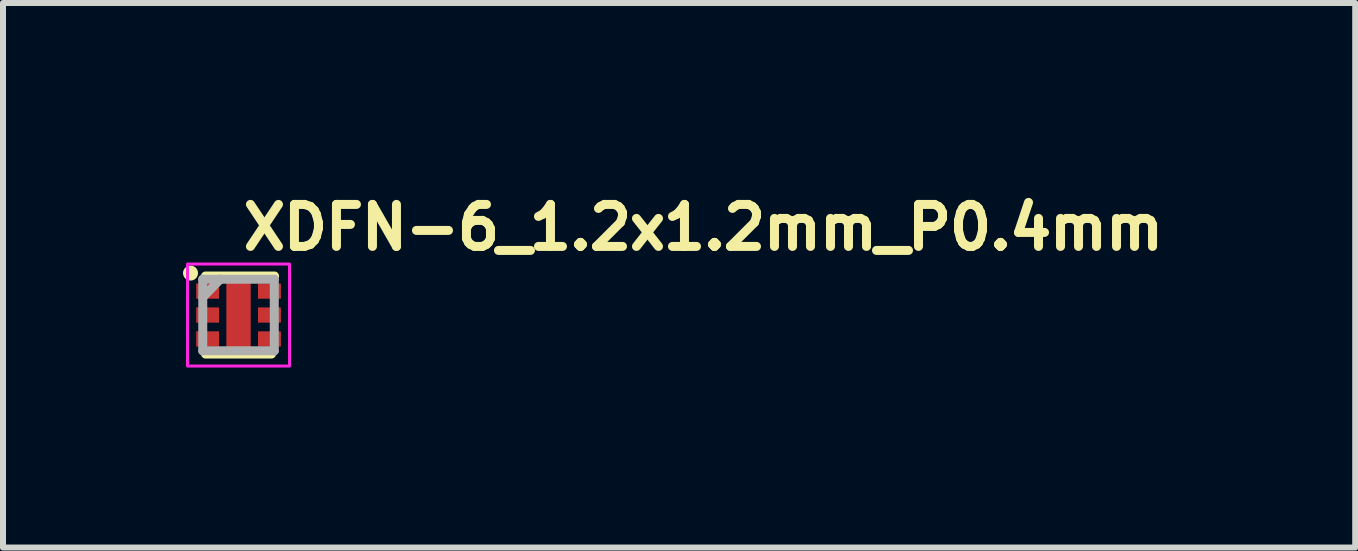
<source format=kicad_pcb>
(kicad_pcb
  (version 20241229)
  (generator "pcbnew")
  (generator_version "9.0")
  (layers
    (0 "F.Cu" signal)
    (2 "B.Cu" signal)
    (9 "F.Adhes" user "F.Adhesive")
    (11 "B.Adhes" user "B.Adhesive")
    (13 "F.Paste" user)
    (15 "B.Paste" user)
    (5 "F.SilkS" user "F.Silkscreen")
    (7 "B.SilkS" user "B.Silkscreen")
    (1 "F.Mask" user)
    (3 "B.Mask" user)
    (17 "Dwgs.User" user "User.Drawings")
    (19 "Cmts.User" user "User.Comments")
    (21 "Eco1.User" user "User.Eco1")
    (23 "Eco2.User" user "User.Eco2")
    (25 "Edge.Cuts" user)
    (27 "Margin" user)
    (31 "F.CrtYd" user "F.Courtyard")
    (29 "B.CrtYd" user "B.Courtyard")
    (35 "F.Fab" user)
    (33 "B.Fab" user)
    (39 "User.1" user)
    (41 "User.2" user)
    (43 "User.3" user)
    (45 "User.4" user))
  (footprint "XDFN-6_1.2x1.2mm_P0.4mm"
    (layer "F.Cu")
    (at 0.925 2.2)
    (property "Reference" "XDFN-6_1.2x1.2mm_P0.4mm" (at 0 -1.05 0) (unlocked yes) (layer "F.SilkS") (effects (font (size 0.7 0.7) (thickness 0.15)) (justify left bottom)))
    (attr smd)
    (fp_line (start -0.55 -0.65) (end 0.6 -0.65) (stroke (width 0.15) (type solid)) (layer "F.SilkS"))
    (fp_line (start -0.55 0.65) (end 0.55 0.65) (stroke (width 0.15) (type solid)) (layer "F.SilkS"))
    (fp_circle (center -0.8 -0.699) (end -0.75 -0.699) (stroke (width 0.15) (type solid)) (fill yes) (layer "F.SilkS"))
    (fp_rect (start -0.85 -0.85) (end 0.85 0.85) (stroke (width 0.05) (type solid)) (fill no) (layer "F.CrtYd"))
    (fp_line (start -0.596 -0.596) (end -0.596 0.596) (stroke (width 0.15) (type solid)) (layer "F.Fab"))
    (fp_line (start -0.596 0.596) (end 0.596 0.596) (stroke (width 0.15) (type solid)) (layer "F.Fab"))
    (fp_line (start -0.3 -0.6) (end -0.596 -0.296) (stroke (width 0.15) (type solid)) (layer "F.Fab"))
    (fp_line (start 0.596 -0.596) (end -0.596 -0.596) (stroke (width 0.15) (type solid)) (layer "F.Fab"))
    (fp_line (start 0.596 0.596) (end 0.596 -0.596) (stroke (width 0.15) (type solid)) (layer "F.Fab"))
    (fp_rect (start -0.648 -0.597) (end 0.648 0.597) (stroke (width 0.1) (type solid)) (fill no) (layer "User.5"))
    (fp_line (start -0.648 -0.273) (end -0.648 -0.527) (stroke (width 0.02) (type solid)) (layer "User.9"))
    (fp_line (start -0.648 -0.273) (end -0.597 -0.273) (stroke (width 0.02) (type solid)) (layer "User.9"))
    (fp_line (start -0.648 0.127) (end -0.648 -0.127) (stroke (width 0.02) (type solid)) (layer "User.9"))
    (fp_line (start -0.648 0.127) (end -0.597 0.127) (stroke (width 0.02) (type solid)) (layer "User.9"))
    (fp_line (start -0.648 0.527) (end -0.648 0.273) (stroke (width 0.02) (type solid)) (layer "User.9"))
    (fp_line (start -0.648 0.527) (end -0.597 0.527) (stroke (width 0.02) (type solid)) (layer "User.9"))
    (fp_line (start -0.597 -0.597) (end -0.597 0.597) (stroke (width 0.02) (type solid)) (layer "User.9"))
    (fp_line (start -0.597 -0.527) (end -0.648 -0.527) (stroke (width 0.02) (type solid)) (layer "User.9"))
    (fp_line (start -0.597 -0.127) (end -0.648 -0.127) (stroke (width 0.02) (type solid)) (layer "User.9"))
    (fp_line (start -0.597 0.273) (end -0.648 0.273) (stroke (width 0.02) (type solid)) (layer "User.9"))
    (fp_line (start -0.597 0.597) (end 0.597 0.597) (stroke (width 0.02) (type solid)) (layer "User.9"))
    (fp_line (start -0.507 -0.406) (end -0.507 -0.404) (stroke (width 0.02) (type solid)) (layer "User.9"))
    (fp_line (start -0.507 -0.404) (end -0.507 -0.403) (stroke (width 0.02) (type solid)) (layer "User.9"))
    (fp_line (start -0.507 -0.403) (end -0.507 -0.401) (stroke (width 0.02) (type solid)) (layer "User.9"))
    (fp_line (start -0.507 -0.401) (end -0.507 -0.4) (stroke (width 0.02) (type solid)) (layer "User.9"))
    (fp_line (start -0.507 -0.4) (end -0.507 -0.4) (stroke (width 0.02) (type solid)) (layer "User.9"))
    (fp_line (start -0.507 -0.4) (end -0.507 -0.398) (stroke (width 0.02) (type solid)) (layer "User.9"))
    (fp_line (start -0.507 -0.398) (end -0.507 -0.396) (stroke (width 0.02) (type solid)) (layer "User.9"))
    (fp_line (start -0.507 -0.396) (end -0.507 -0.395) (stroke (width 0.02) (type solid)) (layer "User.9"))
    (fp_line (start -0.507 -0.395) (end -0.507 -0.393) (stroke (width 0.02) (type solid)) (layer "User.9"))
    (fp_line (start -0.507 -0.393) (end -0.506 -0.392) (stroke (width 0.02) (type solid)) (layer "User.9"))
    (fp_line (start -0.506 -0.41) (end -0.506 -0.408) (stroke (width 0.02) (type solid)) (layer "User.9"))
    (fp_line (start -0.506 -0.408) (end -0.506 -0.407) (stroke (width 0.02) (type solid)) (layer "User.9"))
    (fp_line (start -0.506 -0.407) (end -0.507 -0.406) (stroke (width 0.02) (type solid)) (layer "User.9"))
    (fp_line (start -0.506 -0.392) (end -0.506 -0.391) (stroke (width 0.02) (type solid)) (layer "User.9"))
    (fp_line (start -0.506 -0.391) (end -0.506 -0.389) (stroke (width 0.02) (type solid)) (layer "User.9"))
    (fp_line (start -0.506 -0.389) (end -0.505 -0.388) (stroke (width 0.02) (type solid)) (layer "User.9"))
    (fp_line (start -0.505 -0.411) (end -0.506 -0.41) (stroke (width 0.02) (type solid)) (layer "User.9"))
    (fp_line (start -0.505 -0.388) (end -0.504 -0.387) (stroke (width 0.02) (type solid)) (layer "User.9"))
    (fp_line (start -0.504 -0.414) (end -0.504 -0.412) (stroke (width 0.02) (type solid)) (layer "User.9"))
    (fp_line (start -0.504 -0.412) (end -0.505 -0.411) (stroke (width 0.02) (type solid)) (layer "User.9"))
    (fp_line (start -0.504 -0.387) (end -0.504 -0.385) (stroke (width 0.02) (type solid)) (layer "User.9"))
    (fp_line (start -0.504 -0.385) (end -0.503 -0.384) (stroke (width 0.02) (type solid)) (layer "User.9"))
    (fp_line (start -0.503 -0.415) (end -0.504 -0.414) (stroke (width 0.02) (type solid)) (layer "User.9"))
    (fp_line (start -0.503 -0.384) (end -0.502 -0.383) (stroke (width 0.02) (type solid)) (layer "User.9"))
    (fp_line (start -0.502 -0.416) (end -0.503 -0.415) (stroke (width 0.02) (type solid)) (layer "User.9"))
    (fp_line (start -0.502 -0.383) (end -0.501 -0.382) (stroke (width 0.02) (type solid)) (layer "User.9"))
    (fp_line (start -0.501 -0.418) (end -0.501 -0.417) (stroke (width 0.02) (type solid)) (layer "User.9"))
    (fp_line (start -0.501 -0.417) (end -0.502 -0.416) (stroke (width 0.02) (type solid)) (layer "User.9"))
    (fp_line (start -0.501 -0.382) (end -0.501 -0.381) (stroke (width 0.02) (type solid)) (layer "User.9"))
    (fp_line (start -0.501 -0.381) (end -0.5 -0.379) (stroke (width 0.02) (type solid)) (layer "User.9"))
    (fp_line (start -0.5 -0.42) (end -0.501 -0.418) (stroke (width 0.02) (type solid)) (layer "User.9"))
    (fp_line (start -0.5 -0.379) (end -0.499 -0.378) (stroke (width 0.02) (type solid)) (layer "User.9"))
    (fp_line (start -0.499 -0.421) (end -0.5 -0.42) (stroke (width 0.02) (type solid)) (layer "User.9"))
    (fp_line (start -0.499 -0.378) (end -0.498 -0.377) (stroke (width 0.02) (type solid)) (layer "User.9"))
    (fp_line (start -0.498 -0.422) (end -0.499 -0.421) (stroke (width 0.02) (type solid)) (layer "User.9"))
    (fp_line (start -0.498 -0.377) (end -0.496 -0.376) (stroke (width 0.02) (type solid)) (layer "User.9"))
    (fp_line (start -0.496 -0.423) (end -0.498 -0.422) (stroke (width 0.02) (type solid)) (layer "User.9"))
    (fp_line (start -0.496 -0.376) (end -0.495 -0.376) (stroke (width 0.02) (type solid)) (layer "User.9"))
    (fp_line (start -0.495 -0.423) (end -0.496 -0.423) (stroke (width 0.02) (type solid)) (layer "User.9"))
    (fp_line (start -0.495 -0.376) (end -0.494 -0.375) (stroke (width 0.02) (type solid)) (layer "User.9"))
    (fp_line (start -0.494 -0.424) (end -0.495 -0.423) (stroke (width 0.02) (type solid)) (layer "User.9"))
    (fp_line (start -0.494 -0.375) (end -0.493 -0.374) (stroke (width 0.02) (type solid)) (layer "User.9"))
    (fp_line (start -0.493 -0.425) (end -0.494 -0.424) (stroke (width 0.02) (type solid)) (layer "User.9"))
    (fp_line (start -0.493 -0.374) (end -0.492 -0.373) (stroke (width 0.02) (type solid)) (layer "User.9"))
    (fp_line (start -0.492 -0.426) (end -0.493 -0.425) (stroke (width 0.02) (type solid)) (layer "User.9"))
    (fp_line (start -0.492 -0.373) (end -0.49 -0.373) (stroke (width 0.02) (type solid)) (layer "User.9"))
    (fp_line (start -0.49 -0.426) (end -0.492 -0.426) (stroke (width 0.02) (type solid)) (layer "User.9"))
    (fp_line (start -0.49 -0.373) (end -0.489 -0.372) (stroke (width 0.02) (type solid)) (layer "User.9"))
    (fp_line (start -0.489 -0.427) (end -0.49 -0.426) (stroke (width 0.02) (type solid)) (layer "User.9"))
    (fp_line (start -0.489 -0.372) (end -0.488 -0.371) (stroke (width 0.02) (type solid)) (layer "User.9"))
    (fp_line (start -0.488 -0.428) (end -0.489 -0.427) (stroke (width 0.02) (type solid)) (layer "User.9"))
    (fp_line (start -0.488 -0.371) (end -0.486 -0.371) (stroke (width 0.02) (type solid)) (layer "User.9"))
    (fp_line (start -0.486 -0.428) (end -0.488 -0.428) (stroke (width 0.02) (type solid)) (layer "User.9"))
    (fp_line (start -0.486 -0.371) (end -0.485 -0.371) (stroke (width 0.02) (type solid)) (layer "User.9"))
    (fp_line (start -0.485 -0.428) (end -0.486 -0.428) (stroke (width 0.02) (type solid)) (layer "User.9"))
    (fp_line (start -0.485 -0.371) (end -0.484 -0.37) (stroke (width 0.02) (type solid)) (layer "User.9"))
    (fp_line (start -0.484 -0.429) (end -0.485 -0.428) (stroke (width 0.02) (type solid)) (layer "User.9"))
    (fp_line (start -0.484 -0.37) (end -0.482 -0.37) (stroke (width 0.02) (type solid)) (layer "User.9"))
    (fp_line (start -0.482 -0.429) (end -0.484 -0.429) (stroke (width 0.02) (type solid)) (layer "User.9"))
    (fp_line (start -0.482 -0.37) (end -0.481 -0.37) (stroke (width 0.02) (type solid)) (layer "User.9"))
    (fp_line (start -0.481 -0.429) (end -0.482 -0.429) (stroke (width 0.02) (type solid)) (layer "User.9"))
    (fp_line (start -0.481 -0.37) (end -0.479 -0.37) (stroke (width 0.02) (type solid)) (layer "User.9"))
    (fp_line (start -0.479 -0.429) (end -0.481 -0.429) (stroke (width 0.02) (type solid)) (layer "User.9"))
    (fp_line (start -0.479 -0.37) (end -0.477 -0.37) (stroke (width 0.02) (type solid)) (layer "User.9"))
    (fp_line (start -0.477 -0.429) (end -0.479 -0.429) (stroke (width 0.02) (type solid)) (layer "User.9"))
    (fp_line (start -0.477 -0.429) (end -0.477 -0.429) (stroke (width 0.02) (type solid)) (layer "User.9"))
    (fp_line (start -0.477 -0.37) (end -0.477 -0.37) (stroke (width 0.02) (type solid)) (layer "User.9"))
    (fp_line (start -0.477 -0.37) (end -0.476 -0.37) (stroke (width 0.02) (type solid)) (layer "User.9"))
    (fp_line (start -0.476 -0.429) (end -0.477 -0.429) (stroke (width 0.02) (type solid)) (layer "User.9"))
    (fp_line (start -0.476 -0.37) (end -0.474 -0.37) (stroke (width 0.02) (type solid)) (layer "User.9"))
    (fp_line (start -0.474 -0.429) (end -0.476 -0.429) (stroke (width 0.02) (type solid)) (layer "User.9"))
    (fp_line (start -0.474 -0.37) (end -0.473 -0.37) (stroke (width 0.02) (type solid)) (layer "User.9"))
    (fp_line (start -0.473 -0.429) (end -0.474 -0.429) (stroke (width 0.02) (type solid)) (layer "User.9"))
    (fp_line (start -0.473 -0.37) (end -0.471 -0.37) (stroke (width 0.02) (type solid)) (layer "User.9"))
    (fp_line (start -0.471 -0.429) (end -0.473 -0.429) (stroke (width 0.02) (type solid)) (layer "User.9"))
    (fp_line (start -0.471 -0.37) (end -0.47 -0.371) (stroke (width 0.02) (type solid)) (layer "User.9"))
    (fp_line (start -0.47 -0.428) (end -0.471 -0.429) (stroke (width 0.02) (type solid)) (layer "User.9"))
    (fp_line (start -0.47 -0.371) (end -0.469 -0.371) (stroke (width 0.02) (type solid)) (layer "User.9"))
    (fp_line (start -0.469 -0.428) (end -0.47 -0.428) (stroke (width 0.02) (type solid)) (layer "User.9"))
    (fp_line (start -0.469 -0.371) (end -0.467 -0.371) (stroke (width 0.02) (type solid)) (layer "User.9"))
    (fp_line (start -0.467 -0.428) (end -0.469 -0.428) (stroke (width 0.02) (type solid)) (layer "User.9"))
    (fp_line (start -0.467 -0.371) (end -0.466 -0.372) (stroke (width 0.02) (type solid)) (layer "User.9"))
    (fp_line (start -0.466 -0.427) (end -0.467 -0.428) (stroke (width 0.02) (type solid)) (layer "User.9"))
    (fp_line (start -0.466 -0.372) (end -0.465 -0.373) (stroke (width 0.02) (type solid)) (layer "User.9"))
    (fp_line (start -0.465 -0.426) (end -0.466 -0.427) (stroke (width 0.02) (type solid)) (layer "User.9"))
    (fp_line (start -0.465 -0.373) (end -0.463 -0.373) (stroke (width 0.02) (type solid)) (layer "User.9"))
    (fp_line (start -0.463 -0.426) (end -0.465 -0.426) (stroke (width 0.02) (type solid)) (layer "User.9"))
    (fp_line (start -0.463 -0.373) (end -0.462 -0.374) (stroke (width 0.02) (type solid)) (layer "User.9"))
    (fp_line (start -0.462 -0.425) (end -0.463 -0.426) (stroke (width 0.02) (type solid)) (layer "User.9"))
    (fp_line (start -0.462 -0.374) (end -0.461 -0.375) (stroke (width 0.02) (type solid)) (layer "User.9"))
    (fp_line (start -0.461 -0.424) (end -0.462 -0.425) (stroke (width 0.02) (type solid)) (layer "User.9"))
    (fp_line (start -0.461 -0.375) (end -0.46 -0.376) (stroke (width 0.02) (type solid)) (layer "User.9"))
    (fp_line (start -0.46 -0.423) (end -0.461 -0.424) (stroke (width 0.02) (type solid)) (layer "User.9"))
    (fp_line (start -0.46 -0.376) (end -0.459 -0.376) (stroke (width 0.02) (type solid)) (layer "User.9"))
    (fp_line (start -0.459 -0.423) (end -0.46 -0.423) (stroke (width 0.02) (type solid)) (layer "User.9"))
    (fp_line (start -0.459 -0.376) (end -0.457 -0.377) (stroke (width 0.02) (type solid)) (layer "User.9"))
    (fp_line (start -0.457 -0.422) (end -0.459 -0.423) (stroke (width 0.02) (type solid)) (layer "User.9"))
    (fp_line (start -0.457 -0.377) (end -0.456 -0.378) (stroke (width 0.02) (type solid)) (layer "User.9"))
    (fp_line (start -0.456 -0.421) (end -0.457 -0.422) (stroke (width 0.02) (type solid)) (layer "User.9"))
    (fp_line (start -0.456 -0.378) (end -0.455 -0.379) (stroke (width 0.02) (type solid)) (layer "User.9"))
    (fp_line (start -0.455 -0.42) (end -0.456 -0.421) (stroke (width 0.02) (type solid)) (layer "User.9"))
    (fp_line (start -0.455 -0.379) (end -0.454 -0.381) (stroke (width 0.02) (type solid)) (layer "User.9"))
    (fp_line (start -0.454 -0.418) (end -0.455 -0.42) (stroke (width 0.02) (type solid)) (layer "User.9"))
    (fp_line (start -0.454 -0.417) (end -0.454 -0.418) (stroke (width 0.02) (type solid)) (layer "User.9"))
    (fp_line (start -0.454 -0.382) (end -0.453 -0.383) (stroke (width 0.02) (type solid)) (layer "User.9"))
    (fp_line (start -0.454 -0.381) (end -0.454 -0.382) (stroke (width 0.02) (type solid)) (layer "User.9"))
    (fp_line (start -0.453 -0.416) (end -0.454 -0.417) (stroke (width 0.02) (type solid)) (layer "User.9"))
    (fp_line (start -0.453 -0.383) (end -0.452 -0.384) (stroke (width 0.02) (type solid)) (layer "User.9"))
    (fp_line (start -0.452 -0.415) (end -0.453 -0.416) (stroke (width 0.02) (type solid)) (layer "User.9"))
    (fp_line (start -0.452 -0.384) (end -0.451 -0.385) (stroke (width 0.02) (type solid)) (layer "User.9"))
    (fp_line (start -0.451 -0.414) (end -0.452 -0.415) (stroke (width 0.02) (type solid)) (layer "User.9"))
    (fp_line (start -0.451 -0.412) (end -0.451 -0.414) (stroke (width 0.02) (type solid)) (layer "User.9"))
    (fp_line (start -0.451 -0.387) (end -0.45 -0.388) (stroke (width 0.02) (type solid)) (layer "User.9"))
    (fp_line (start -0.451 -0.385) (end -0.451 -0.387) (stroke (width 0.02) (type solid)) (layer "User.9"))
    (fp_line (start -0.45 -0.411) (end -0.451 -0.412) (stroke (width 0.02) (type solid)) (layer "User.9"))
    (fp_line (start -0.45 -0.388) (end -0.449 -0.389) (stroke (width 0.02) (type solid)) (layer "User.9"))
    (fp_line (start -0.449 -0.41) (end -0.45 -0.411) (stroke (width 0.02) (type solid)) (layer "User.9"))
    (fp_line (start -0.449 -0.408) (end -0.449 -0.41) (stroke (width 0.02) (type solid)) (layer "User.9"))
    (fp_line (start -0.449 -0.407) (end -0.449 -0.408) (stroke (width 0.02) (type solid)) (layer "User.9"))
    (fp_line (start -0.449 -0.392) (end -0.448 -0.393) (stroke (width 0.02) (type solid)) (layer "User.9"))
    (fp_line (start -0.449 -0.391) (end -0.449 -0.392) (stroke (width 0.02) (type solid)) (layer "User.9"))
    (fp_line (start -0.449 -0.389) (end -0.449 -0.391) (stroke (width 0.02) (type solid)) (layer "User.9"))
    (fp_line (start -0.448 -0.406) (end -0.449 -0.407) (stroke (width 0.02) (type solid)) (layer "User.9"))
    (fp_line (start -0.448 -0.404) (end -0.448 -0.406) (stroke (width 0.02) (type solid)) (layer "User.9"))
    (fp_line (start -0.448 -0.403) (end -0.448 -0.404) (stroke (width 0.02) (type solid)) (layer "User.9"))
    (fp_line (start -0.448 -0.401) (end -0.448 -0.403) (stroke (width 0.02) (type solid)) (layer "User.9"))
    (fp_line (start -0.448 -0.4) (end -0.448 -0.401) (stroke (width 0.02) (type solid)) (layer "User.9"))
    (fp_line (start -0.448 -0.4) (end -0.448 -0.4) (stroke (width 0.02) (type solid)) (layer "User.9"))
    (fp_line (start -0.448 -0.4) (end -0.448 -0.4) (stroke (width 0.02) (type solid)) (layer "User.9"))
    (fp_line (start -0.448 -0.398) (end -0.448 -0.4) (stroke (width 0.02) (type solid)) (layer "User.9"))
    (fp_line (start -0.448 -0.396) (end -0.448 -0.398) (stroke (width 0.02) (type solid)) (layer "User.9"))
    (fp_line (start -0.448 -0.395) (end -0.448 -0.396) (stroke (width 0.02) (type solid)) (layer "User.9"))
    (fp_line (start -0.448 -0.393) (end -0.448 -0.395) (stroke (width 0.02) (type solid)) (layer "User.9"))
    (fp_line (start 0.597 -0.597) (end -0.597 -0.597) (stroke (width 0.02) (type solid)) (layer "User.9"))
    (fp_line (start 0.597 -0.273) (end 0.648 -0.273) (stroke (width 0.02) (type solid)) (layer "User.9"))
    (fp_line (start 0.597 0.127) (end 0.648 0.127) (stroke (width 0.02) (type solid)) (layer "User.9"))
    (fp_line (start 0.597 0.527) (end 0.648 0.527) (stroke (width 0.02) (type solid)) (layer "User.9"))
    (fp_line (start 0.597 0.597) (end 0.597 -0.597) (stroke (width 0.02) (type solid)) (layer "User.9"))
    (fp_line (start 0.648 -0.527) (end 0.597 -0.527) (stroke (width 0.02) (type solid)) (layer "User.9"))
    (fp_line (start 0.648 -0.527) (end 0.648 -0.273) (stroke (width 0.02) (type solid)) (layer "User.9"))
    (fp_line (start 0.648 -0.127) (end 0.597 -0.127) (stroke (width 0.02) (type solid)) (layer "User.9"))
    (fp_line (start 0.648 -0.127) (end 0.648 0.127) (stroke (width 0.02) (type solid)) (layer "User.9"))
    (fp_line (start 0.648 0.273) (end 0.597 0.273) (stroke (width 0.02) (type solid)) (layer "User.9"))
    (fp_line (start 0.648 0.273) (end 0.648 0.527) (stroke (width 0.02) (type solid)) (layer "User.9"))
    (pad "1" smd rect (at -0.515 -0.399 90) (size 0.254 0.381) (layers "F.Cu" "F.Mask" "F.Paste"))
    (pad "2" smd rect (at -0.515 0 90) (size 0.254 0.381) (layers "F.Cu" "F.Mask" "F.Paste"))
    (pad "3" smd rect (at -0.515 0.399 90) (size 0.254 0.381) (layers "F.Cu" "F.Mask" "F.Paste"))
    (pad "4" smd rect (at 0.515 0.399 90) (size 0.254 0.381) (layers "F.Cu" "F.Mask" "F.Paste"))
    (pad "5" smd rect (at 0.515 0 90) (size 0.254 0.381) (layers "F.Cu" "F.Mask" "F.Paste"))
    (pad "6" smd rect (at 0.515 -0.399 90) (size 0.254 0.381) (layers "F.Cu" "F.Mask" "F.Paste"))
    (pad "7" smd rect (at 0 0) (size 0.406 1.092) (layers "F.Cu" "F.Mask" "F.Paste")))
  (gr_rect
    (start -3 -3)
    (end 19.535 6.075)
    (stroke (width 0.1) (type default))
    (fill no)
    (layer "Edge.Cuts")))
</source>
